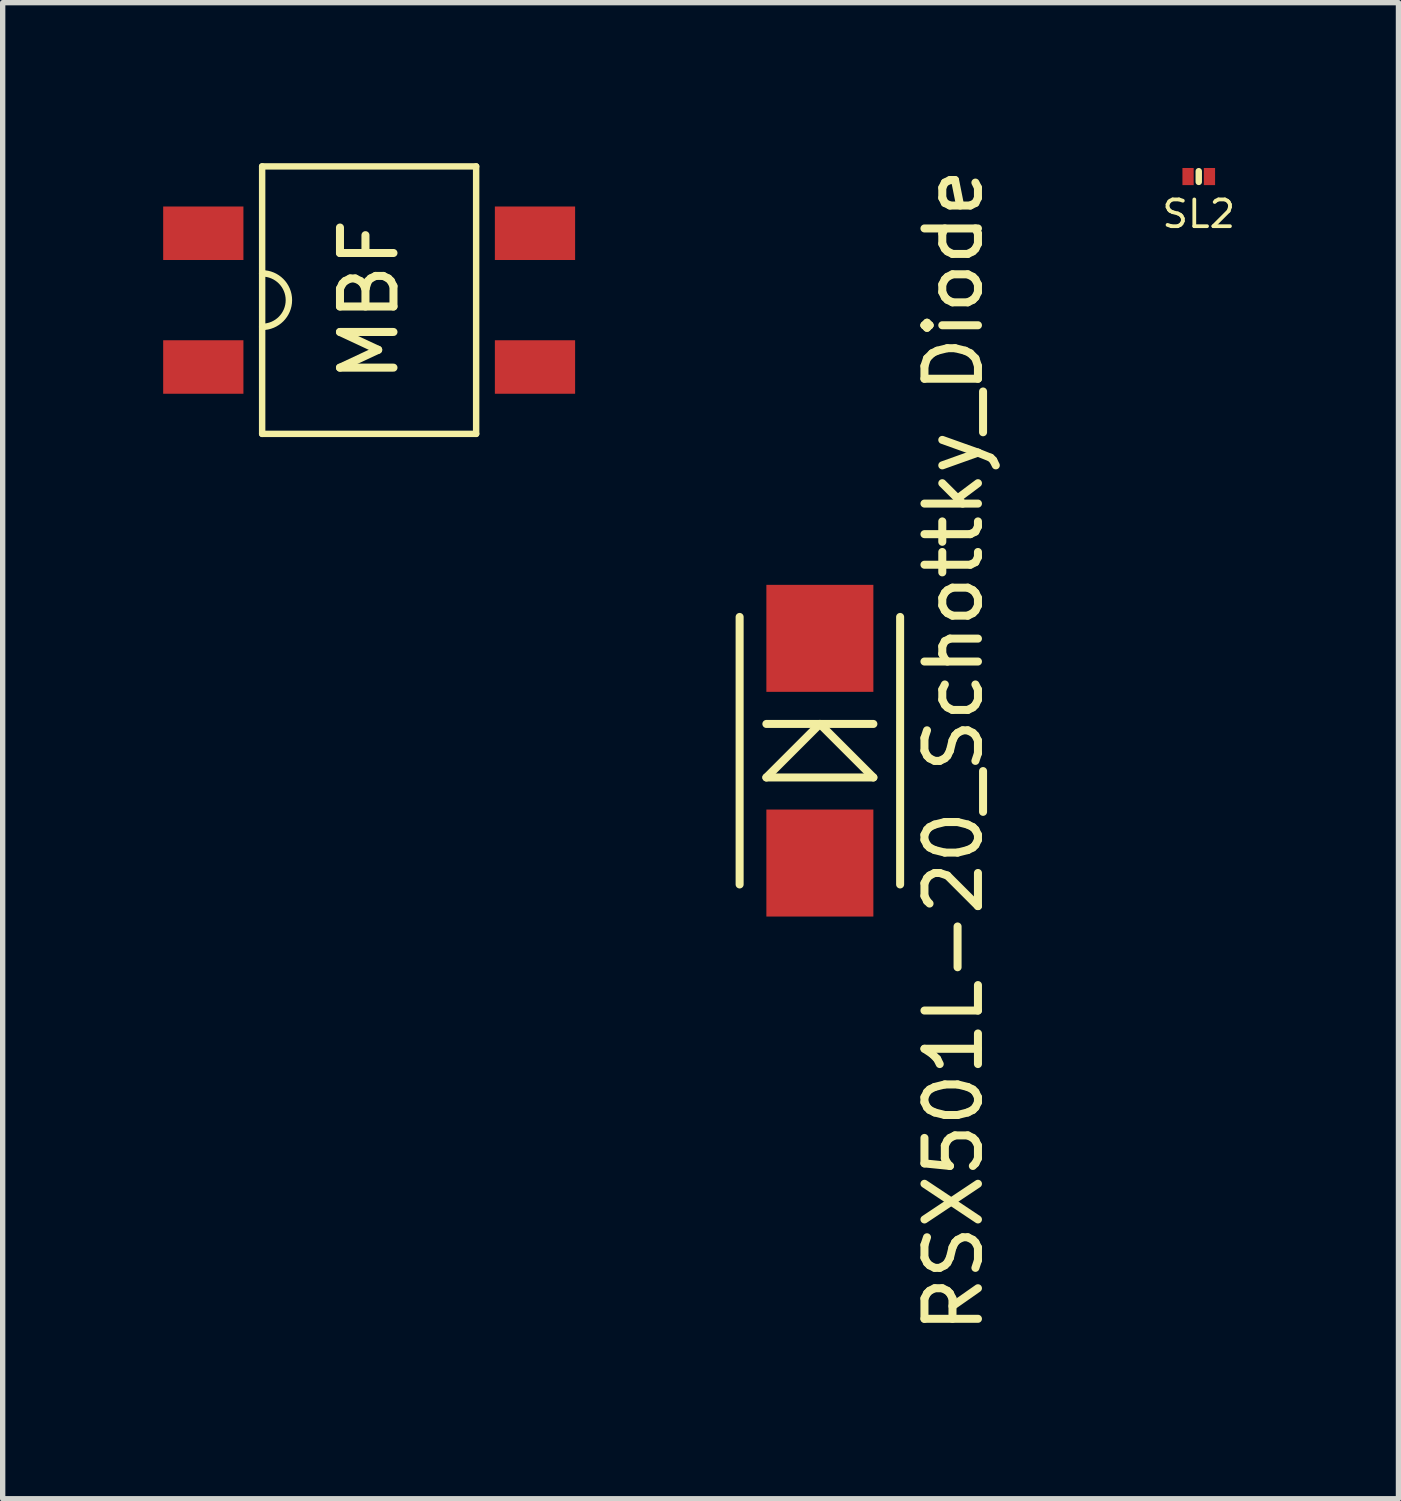
<source format=kicad_pcb>
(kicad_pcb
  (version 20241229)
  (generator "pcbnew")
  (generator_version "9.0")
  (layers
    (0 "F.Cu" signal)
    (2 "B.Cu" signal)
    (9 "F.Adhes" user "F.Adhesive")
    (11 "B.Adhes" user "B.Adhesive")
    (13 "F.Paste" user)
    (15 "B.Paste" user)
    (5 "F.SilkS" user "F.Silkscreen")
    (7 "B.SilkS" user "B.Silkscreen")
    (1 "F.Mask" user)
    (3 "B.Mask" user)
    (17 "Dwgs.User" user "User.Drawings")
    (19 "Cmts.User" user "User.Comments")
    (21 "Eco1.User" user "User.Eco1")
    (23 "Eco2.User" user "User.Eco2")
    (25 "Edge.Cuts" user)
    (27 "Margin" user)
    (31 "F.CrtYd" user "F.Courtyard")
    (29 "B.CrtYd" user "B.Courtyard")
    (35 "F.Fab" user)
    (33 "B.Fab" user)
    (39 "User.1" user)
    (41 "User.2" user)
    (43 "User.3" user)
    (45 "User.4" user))
  (footprint "RSX501L-20_Schottky_Diode"
    (layer "F.Cu")
    (at 12.275 10.982)
    (property "Reference" "RSX501L-20_Schottky_Diode" (at 2.5 0 90) (layer "F.SilkS") (effects (font (size 1 1) (thickness 0.15))))
    (attr smd)
    (fp_line (start -1.5 -2.5) (end -1.5 2.5) (stroke (width 0.15) (type solid)) (layer "F.SilkS"))
    (fp_line (start -1 -0.5) (end 1 -0.5) (stroke (width 0.15) (type solid)) (layer "F.SilkS"))
    (fp_line (start -1 0.5) (end 0 -0.5) (stroke (width 0.15) (type solid)) (layer "F.SilkS"))
    (fp_line (start 0 -0.5) (end 1 0.5) (stroke (width 0.15) (type solid)) (layer "F.SilkS"))
    (fp_line (start 1 0.5) (end -1 0.5) (stroke (width 0.15) (type solid)) (layer "F.SilkS"))
    (fp_line (start 1.5 2.5) (end 1.5 -2.5) (stroke (width 0.15) (type solid)) (layer "F.SilkS"))
    (pad "1" smd rect (at 0 -2.1) (size 2 2) (layers "F.Cu" "F.Mask" "F.Paste"))
    (pad "2" smd trapezoid (at 0 2.1) (size 2 2) (layers "F.Cu" "F.Mask" "F.Paste")))
  (footprint "MBF"
    (layer "F.Cu")
    (at 3.85 2.56)
    (property "Reference" "MBF" (at 0 0 90) (layer "F.SilkS") (effects (font (size 1 1) (thickness 0.15))))
    (attr smd)
    (fp_line (start -2 -2.5) (end -2 2.5) (stroke (width 0.12) (type solid)) (layer "F.SilkS"))
    (fp_line (start -2 -2.5) (end 2 -2.5) (stroke (width 0.12) (type solid)) (layer "F.SilkS"))
    (fp_line (start -2 2.5) (end 2 2.5) (stroke (width 0.12) (type solid)) (layer "F.SilkS"))
    (fp_line (start 2 2.5) (end 2 -2.5) (stroke (width 0.12) (type solid)) (layer "F.SilkS"))
    (fp_arc (start -2 -0.5) (mid -1.5 0) (end -2 0.5) (stroke (width 0.12) (type solid)) (layer "F.SilkS"))
    (pad "1" smd rect (at -3.1 -1.25) (size 1.5 1) (layers "F.Cu" "F.Mask" "F.Paste"))
    (pad "2" smd rect (at -3.1 1.25) (size 1.5 1) (layers "F.Cu" "F.Mask" "F.Paste"))
    (pad "3" smd rect (at 3.1 1.25) (size 1.5 1) (layers "F.Cu" "F.Mask" "F.Paste"))
    (pad "4" smd rect (at 3.1 -1.25) (size 1.5 1) (layers "F.Cu" "F.Mask" "F.Paste")))
  (footprint "SL2"
    (layer "F.Cu")
    (at 19.357 0.25)
    (property "Reference" "SL2" (at 0 0.7 0) (layer "F.SilkS") (effects (font (size 0.5 0.5) (thickness 0.07))))
    (attr smd)
    (fp_line (start 0 -0.1) (end 0 0.1) (stroke (width 0.12) (type solid)) (layer "F.SilkS"))
    (pad "1" smd rect (at -0.2 0) (size 0.21 0.32) (layers "F.Cu" "F.Mask" "F.Paste"))
    (pad "2" smd rect (at 0.2 0) (size 0.21 0.32) (layers "F.Cu" "F.Mask" "F.Paste")))
  (gr_rect
    (start -3 -3)
    (end 23.09 24.964)
    (stroke (width 0.1) (type default))
    (fill no)
    (layer "Edge.Cuts")))
</source>
